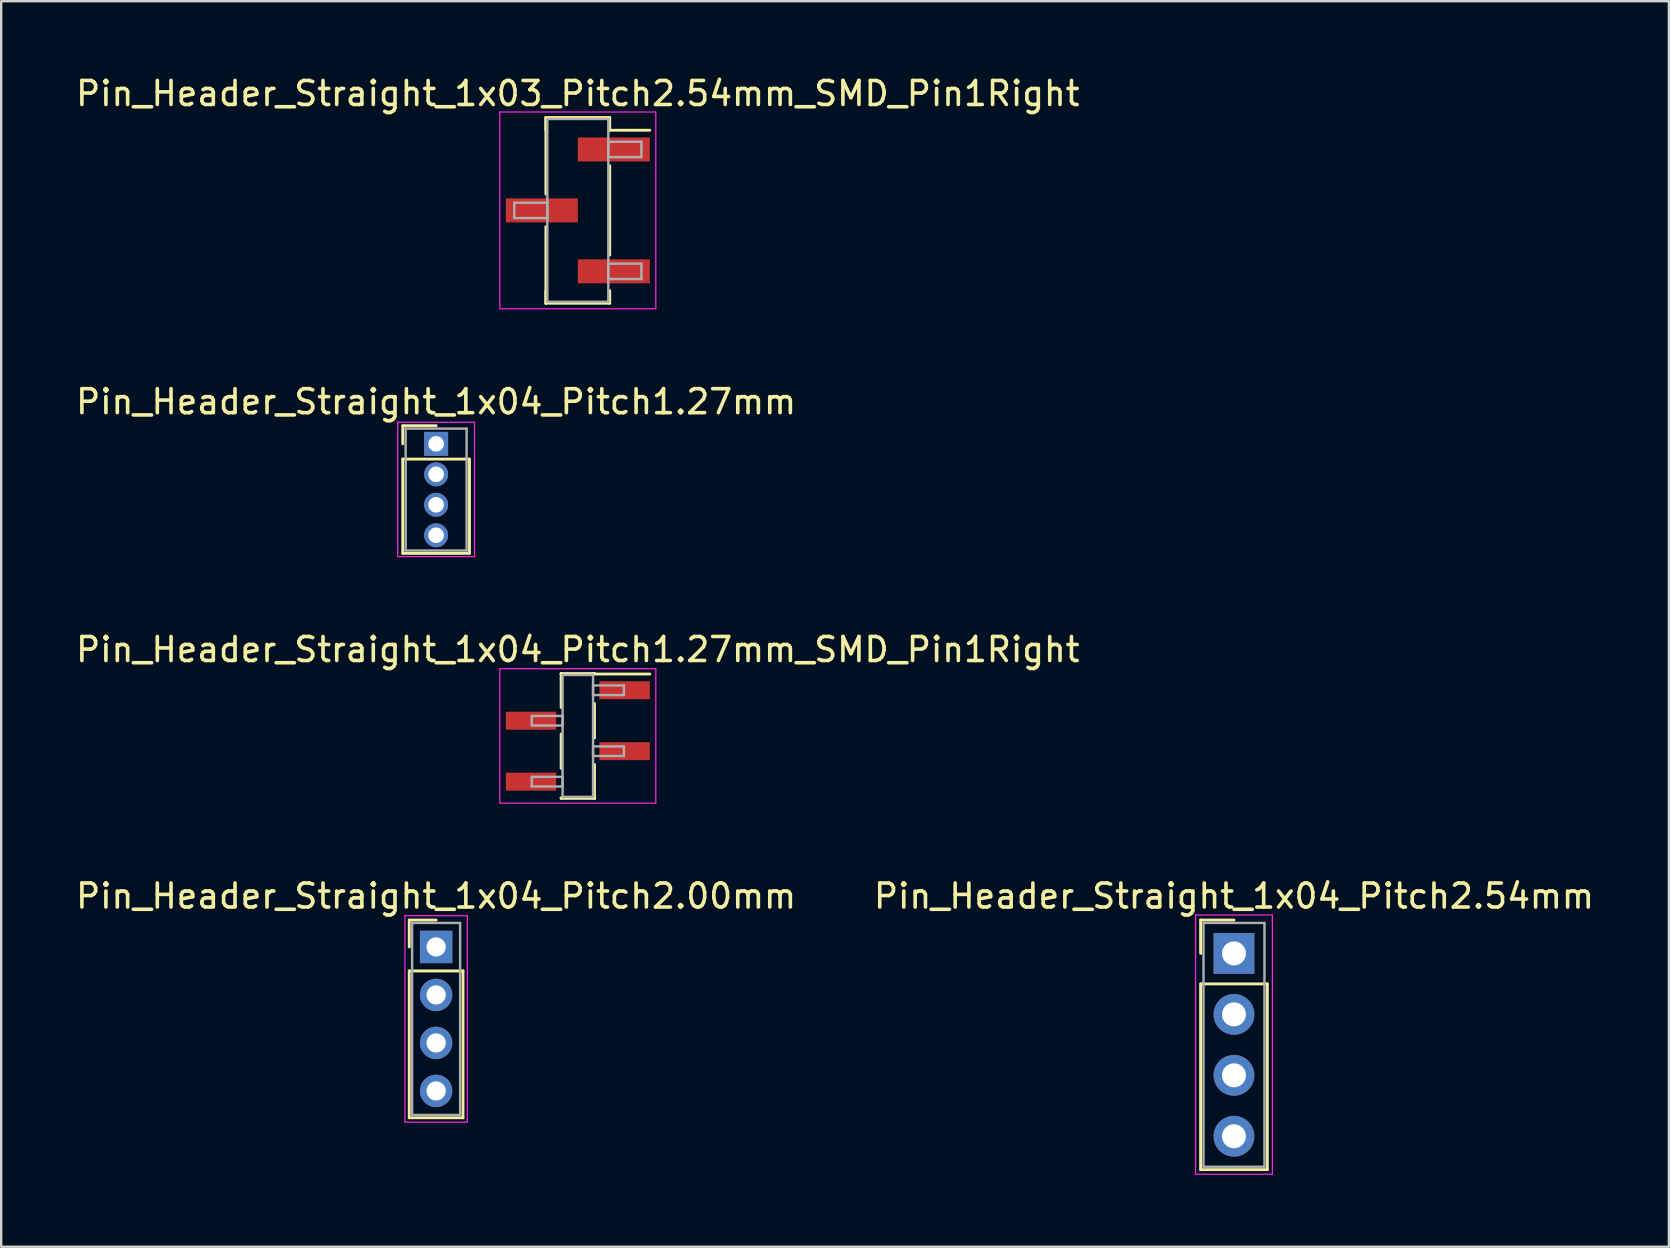
<source format=kicad_pcb>
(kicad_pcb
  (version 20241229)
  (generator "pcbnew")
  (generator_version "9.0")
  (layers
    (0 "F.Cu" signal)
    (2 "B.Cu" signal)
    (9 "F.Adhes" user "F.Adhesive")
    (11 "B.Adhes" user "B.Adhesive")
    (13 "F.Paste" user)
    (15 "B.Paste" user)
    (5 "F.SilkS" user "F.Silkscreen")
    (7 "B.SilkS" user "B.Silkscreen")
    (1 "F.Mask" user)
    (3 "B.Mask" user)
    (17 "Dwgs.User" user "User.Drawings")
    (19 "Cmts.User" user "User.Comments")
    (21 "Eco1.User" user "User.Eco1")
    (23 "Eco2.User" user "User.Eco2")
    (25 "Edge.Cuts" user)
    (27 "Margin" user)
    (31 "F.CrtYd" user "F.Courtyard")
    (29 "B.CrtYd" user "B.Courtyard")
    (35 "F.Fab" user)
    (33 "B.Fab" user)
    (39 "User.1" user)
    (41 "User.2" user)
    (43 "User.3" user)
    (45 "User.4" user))
  (footprint "Pin_Header_Straight_1x04_Pitch1.27mm"
    (layer "F.Cu")
    (at 15.125 15.447)
    (property "Reference" "Pin_Header_Straight_1x04_Pitch1.27mm" (at 0 -1.755 0) (layer "F.SilkS") (effects (font (size 1 1) (thickness 0.15))))
    (attr through_hole)
    (fp_line (start -1.39 -0.755) (end 0 -0.755) (stroke (width 0.12) (type solid)) (layer "F.SilkS"))
    (fp_line (start -1.39 0) (end -1.39 -0.755) (stroke (width 0.12) (type solid)) (layer "F.SilkS"))
    (fp_line (start -1.39 0.635) (end -1.39 4.565) (stroke (width 0.12) (type solid)) (layer "F.SilkS"))
    (fp_line (start -1.39 4.565) (end 1.39 4.565) (stroke (width 0.12) (type solid)) (layer "F.SilkS"))
    (fp_line (start 1.39 0.635) (end -1.39 0.635) (stroke (width 0.12) (type solid)) (layer "F.SilkS"))
    (fp_line (start 1.39 4.565) (end 1.39 0.635) (stroke (width 0.12) (type solid)) (layer "F.SilkS"))
    (fp_line (start -1.6 -0.9) (end -1.6 4.7) (stroke (width 0.05) (type solid)) (layer "F.CrtYd"))
    (fp_line (start -1.6 4.7) (end 1.6 4.7) (stroke (width 0.05) (type solid)) (layer "F.CrtYd"))
    (fp_line (start 1.6 -0.9) (end -1.6 -0.9) (stroke (width 0.05) (type solid)) (layer "F.CrtYd"))
    (fp_line (start 1.6 4.7) (end 1.6 -0.9) (stroke (width 0.05) (type solid)) (layer "F.CrtYd"))
    (fp_line (start -1.27 -0.635) (end -1.27 4.445) (stroke (width 0.1) (type solid)) (layer "F.Fab"))
    (fp_line (start -1.27 4.445) (end 1.27 4.445) (stroke (width 0.1) (type solid)) (layer "F.Fab"))
    (fp_line (start 1.27 -0.635) (end -1.27 -0.635) (stroke (width 0.1) (type solid)) (layer "F.Fab"))
    (fp_line (start 1.27 4.445) (end 1.27 -0.635) (stroke (width 0.1) (type solid)) (layer "F.Fab"))
    (pad "1" thru_hole rect (at 0 0) (size 1 1) (drill 0.65) (layers "*.Cu" "*.Mask"))
    (pad "2" thru_hole oval (at 0 1.27) (size 1 1) (drill 0.65) (layers "*.Cu" "*.Mask"))
    (pad "3" thru_hole oval (at 0 2.54) (size 1 1) (drill 0.65) (layers "*.Cu" "*.Mask"))
    (pad "4" thru_hole oval (at 0 3.81) (size 1 1) (drill 0.65) (layers "*.Cu" "*.Mask")))
  (footprint "Pin_Header_Straight_1x04_Pitch1.27mm_SMD_Pin1Right"
    (layer "F.Cu")
    (at 21.03 27.62)
    (property "Reference" "Pin_Header_Straight_1x04_Pitch1.27mm_SMD_Pin1Right" (at 0 -3.6 0) (layer "F.SilkS") (effects (font (size 1 1) (thickness 0.15))))
    (attr smd)
    (fp_line (start -0.695 -2.6) (end -0.695 -1.19) (stroke (width 0.12) (type solid)) (layer "F.SilkS"))
    (fp_line (start -0.695 -2.6) (end 0.695 -2.6) (stroke (width 0.12) (type solid)) (layer "F.SilkS"))
    (fp_line (start -0.695 -2.58) (end -0.695 -2.6) (stroke (width 0.12) (type solid)) (layer "F.SilkS"))
    (fp_line (start -0.695 -0.08) (end -0.695 1.35) (stroke (width 0.12) (type solid)) (layer "F.SilkS"))
    (fp_line (start -0.695 2.58) (end -0.695 2.6) (stroke (width 0.12) (type solid)) (layer "F.SilkS"))
    (fp_line (start -0.695 2.6) (end 0.695 2.6) (stroke (width 0.12) (type solid)) (layer "F.SilkS"))
    (fp_line (start 0.695 -2.6) (end 0.695 -2.58) (stroke (width 0.12) (type solid)) (layer "F.SilkS"))
    (fp_line (start 0.695 -2.58) (end 3 -2.58) (stroke (width 0.12) (type solid)) (layer "F.SilkS"))
    (fp_line (start 0.695 -1.35) (end 0.695 0.08) (stroke (width 0.12) (type solid)) (layer "F.SilkS"))
    (fp_line (start 0.695 1.19) (end 0.695 2.6) (stroke (width 0.12) (type solid)) (layer "F.SilkS"))
    (fp_line (start 0.695 2.6) (end 0.695 2.58) (stroke (width 0.12) (type solid)) (layer "F.SilkS"))
    (fp_line (start -3.25 -2.8) (end -3.25 2.8) (stroke (width 0.05) (type solid)) (layer "F.CrtYd"))
    (fp_line (start -3.25 2.8) (end 3.25 2.8) (stroke (width 0.05) (type solid)) (layer "F.CrtYd"))
    (fp_line (start 3.25 -2.8) (end -3.25 -2.8) (stroke (width 0.05) (type solid)) (layer "F.CrtYd"))
    (fp_line (start 3.25 2.8) (end 3.25 -2.8) (stroke (width 0.05) (type solid)) (layer "F.CrtYd"))
    (fp_line (start -1.92 -0.835) (end -0.635 -0.835) (stroke (width 0.1) (type solid)) (layer "F.Fab"))
    (fp_line (start -1.92 -0.435) (end -1.92 -0.835) (stroke (width 0.1) (type solid)) (layer "F.Fab"))
    (fp_line (start -1.92 1.705) (end -0.635 1.705) (stroke (width 0.1) (type solid)) (layer "F.Fab"))
    (fp_line (start -1.92 2.105) (end -1.92 1.705) (stroke (width 0.1) (type solid)) (layer "F.Fab"))
    (fp_line (start -0.635 -2.54) (end -0.635 2.54) (stroke (width 0.1) (type solid)) (layer "F.Fab"))
    (fp_line (start -0.635 -0.835) (end -0.635 -0.435) (stroke (width 0.1) (type solid)) (layer "F.Fab"))
    (fp_line (start -0.635 -0.435) (end -1.92 -0.435) (stroke (width 0.1) (type solid)) (layer "F.Fab"))
    (fp_line (start -0.635 1.705) (end -0.635 2.105) (stroke (width 0.1) (type solid)) (layer "F.Fab"))
    (fp_line (start -0.635 2.105) (end -1.92 2.105) (stroke (width 0.1) (type solid)) (layer "F.Fab"))
    (fp_line (start -0.635 2.54) (end 0.635 2.54) (stroke (width 0.1) (type solid)) (layer "F.Fab"))
    (fp_line (start 0.635 -2.54) (end -0.635 -2.54) (stroke (width 0.1) (type solid)) (layer "F.Fab"))
    (fp_line (start 0.635 -2.105) (end 0.635 -1.705) (stroke (width 0.1) (type solid)) (layer "F.Fab"))
    (fp_line (start 0.635 -1.705) (end 1.92 -1.705) (stroke (width 0.1) (type solid)) (layer "F.Fab"))
    (fp_line (start 0.635 0.435) (end 0.635 0.835) (stroke (width 0.1) (type solid)) (layer "F.Fab"))
    (fp_line (start 0.635 0.835) (end 1.92 0.835) (stroke (width 0.1) (type solid)) (layer "F.Fab"))
    (fp_line (start 0.635 2.54) (end 0.635 -2.54) (stroke (width 0.1) (type solid)) (layer "F.Fab"))
    (fp_line (start 1.92 -2.105) (end 0.635 -2.105) (stroke (width 0.1) (type solid)) (layer "F.Fab"))
    (fp_line (start 1.92 -1.705) (end 1.92 -2.105) (stroke (width 0.1) (type solid)) (layer "F.Fab"))
    (fp_line (start 1.92 0.435) (end 0.635 0.435) (stroke (width 0.1) (type solid)) (layer "F.Fab"))
    (fp_line (start 1.92 0.835) (end 1.92 0.435) (stroke (width 0.1) (type solid)) (layer "F.Fab"))
    (pad "1" smd rect (at 1.95 -1.905) (size 2.1 0.75) (layers "F.Cu" "F.Mask"))
    (pad "2" smd rect (at -1.95 -0.635) (size 2.1 0.75) (layers "F.Cu" "F.Mask"))
    (pad "3" smd rect (at 1.95 0.635) (size 2.1 0.75) (layers "F.Cu" "F.Mask"))
    (pad "4" smd rect (at -1.95 1.905) (size 2.1 0.75) (layers "F.Cu" "F.Mask")))
  (footprint "Pin_Header_Straight_1x03_Pitch2.54mm_SMD_Pin1Right"
    (layer "F.Cu")
    (at 21.03 5.718)
    (property "Reference" "Pin_Header_Straight_1x03_Pitch2.54mm_SMD_Pin1Right" (at 0 -4.87 0) (layer "F.SilkS") (effects (font (size 1 1) (thickness 0.15))))
    (attr smd)
    (fp_line (start -1.33 -3.87) (end -1.33 -0.68) (stroke (width 0.12) (type solid)) (layer "F.SilkS"))
    (fp_line (start -1.33 -3.87) (end 1.33 -3.87) (stroke (width 0.12) (type solid)) (layer "F.SilkS"))
    (fp_line (start -1.33 -3.34) (end -1.33 -3.87) (stroke (width 0.12) (type solid)) (layer "F.SilkS"))
    (fp_line (start -1.33 0.68) (end -1.33 3.87) (stroke (width 0.12) (type solid)) (layer "F.SilkS"))
    (fp_line (start -1.33 3.34) (end -1.33 3.87) (stroke (width 0.12) (type solid)) (layer "F.SilkS"))
    (fp_line (start -1.33 3.87) (end 1.33 3.87) (stroke (width 0.12) (type solid)) (layer "F.SilkS"))
    (fp_line (start 1.33 -3.87) (end 1.33 -3.34) (stroke (width 0.12) (type solid)) (layer "F.SilkS"))
    (fp_line (start 1.33 -3.34) (end 3 -3.34) (stroke (width 0.12) (type solid)) (layer "F.SilkS"))
    (fp_line (start 1.33 -1.86) (end 1.33 1.86) (stroke (width 0.12) (type solid)) (layer "F.SilkS"))
    (fp_line (start 1.33 3.87) (end 1.33 3.34) (stroke (width 0.12) (type solid)) (layer "F.SilkS"))
    (fp_line (start -3.25 -4.1) (end -3.25 4.1) (stroke (width 0.05) (type solid)) (layer "F.CrtYd"))
    (fp_line (start -3.25 4.1) (end 3.25 4.1) (stroke (width 0.05) (type solid)) (layer "F.CrtYd"))
    (fp_line (start 3.25 -4.1) (end -3.25 -4.1) (stroke (width 0.05) (type solid)) (layer "F.CrtYd"))
    (fp_line (start 3.25 4.1) (end 3.25 -4.1) (stroke (width 0.05) (type solid)) (layer "F.CrtYd"))
    (fp_line (start -2.65 -0.32) (end -1.27 -0.32) (stroke (width 0.1) (type solid)) (layer "F.Fab"))
    (fp_line (start -2.65 0.32) (end -2.65 -0.32) (stroke (width 0.1) (type solid)) (layer "F.Fab"))
    (fp_line (start -1.27 -3.81) (end -1.27 3.81) (stroke (width 0.1) (type solid)) (layer "F.Fab"))
    (fp_line (start -1.27 -0.32) (end -1.27 0.32) (stroke (width 0.1) (type solid)) (layer "F.Fab"))
    (fp_line (start -1.27 0.32) (end -2.65 0.32) (stroke (width 0.1) (type solid)) (layer "F.Fab"))
    (fp_line (start -1.27 3.81) (end 1.27 3.81) (stroke (width 0.1) (type solid)) (layer "F.Fab"))
    (fp_line (start 1.27 -3.81) (end -1.27 -3.81) (stroke (width 0.1) (type solid)) (layer "F.Fab"))
    (fp_line (start 1.27 -2.86) (end 1.27 -2.22) (stroke (width 0.1) (type solid)) (layer "F.Fab"))
    (fp_line (start 1.27 -2.22) (end 2.65 -2.22) (stroke (width 0.1) (type solid)) (layer "F.Fab"))
    (fp_line (start 1.27 2.22) (end 1.27 2.86) (stroke (width 0.1) (type solid)) (layer "F.Fab"))
    (fp_line (start 1.27 2.86) (end 2.65 2.86) (stroke (width 0.1) (type solid)) (layer "F.Fab"))
    (fp_line (start 1.27 3.81) (end 1.27 -3.81) (stroke (width 0.1) (type solid)) (layer "F.Fab"))
    (fp_line (start 2.65 -2.86) (end 1.27 -2.86) (stroke (width 0.1) (type solid)) (layer "F.Fab"))
    (fp_line (start 2.65 -2.22) (end 2.65 -2.86) (stroke (width 0.1) (type solid)) (layer "F.Fab"))
    (fp_line (start 2.65 2.22) (end 1.27 2.22) (stroke (width 0.1) (type solid)) (layer "F.Fab"))
    (fp_line (start 2.65 2.86) (end 2.65 2.22) (stroke (width 0.1) (type solid)) (layer "F.Fab"))
    (pad "1" smd rect (at 1.5 -2.54) (size 3 1) (layers "F.Cu" "F.Mask"))
    (pad "2" smd rect (at -1.5 0) (size 3 1) (layers "F.Cu" "F.Mask"))
    (pad "3" smd rect (at 1.5 2.54) (size 3 1) (layers "F.Cu" "F.Mask")))
  (footprint "Pin_Header_Straight_1x04_Pitch2.00mm"
    (layer "F.Cu")
    (at 15.125 36.413)
    (property "Reference" "Pin_Header_Straight_1x04_Pitch2.00mm" (at 0 -2.12 0) (layer "F.SilkS") (effects (font (size 1 1) (thickness 0.15))))
    (attr through_hole)
    (fp_line (start -1.12 -1.12) (end 0 -1.12) (stroke (width 0.12) (type solid)) (layer "F.SilkS"))
    (fp_line (start -1.12 0) (end -1.12 -1.12) (stroke (width 0.12) (type solid)) (layer "F.SilkS"))
    (fp_line (start -1.12 1) (end -1.12 7.12) (stroke (width 0.12) (type solid)) (layer "F.SilkS"))
    (fp_line (start -1.12 7.12) (end 1.12 7.12) (stroke (width 0.12) (type solid)) (layer "F.SilkS"))
    (fp_line (start 1.12 1) (end -1.12 1) (stroke (width 0.12) (type solid)) (layer "F.SilkS"))
    (fp_line (start 1.12 7.12) (end 1.12 1) (stroke (width 0.12) (type solid)) (layer "F.SilkS"))
    (fp_line (start -1.3 -1.3) (end -1.3 7.3) (stroke (width 0.05) (type solid)) (layer "F.CrtYd"))
    (fp_line (start -1.3 7.3) (end 1.3 7.3) (stroke (width 0.05) (type solid)) (layer "F.CrtYd"))
    (fp_line (start 1.3 -1.3) (end -1.3 -1.3) (stroke (width 0.05) (type solid)) (layer "F.CrtYd"))
    (fp_line (start 1.3 7.3) (end 1.3 -1.3) (stroke (width 0.05) (type solid)) (layer "F.CrtYd"))
    (fp_line (start -1 -1) (end -1 7) (stroke (width 0.1) (type solid)) (layer "F.Fab"))
    (fp_line (start -1 7) (end 1 7) (stroke (width 0.1) (type solid)) (layer "F.Fab"))
    (fp_line (start 1 -1) (end -1 -1) (stroke (width 0.1) (type solid)) (layer "F.Fab"))
    (fp_line (start 1 7) (end 1 -1) (stroke (width 0.1) (type solid)) (layer "F.Fab"))
    (pad "1" thru_hole rect (at 0 0) (size 1.35 1.35) (drill 0.8) (layers "*.Cu" "*.Mask"))
    (pad "2" thru_hole oval (at 0 2) (size 1.35 1.35) (drill 0.8) (layers "*.Cu" "*.Mask"))
    (pad "3" thru_hole oval (at 0 4) (size 1.35 1.35) (drill 0.8) (layers "*.Cu" "*.Mask"))
    (pad "4" thru_hole oval (at 0 6) (size 1.35 1.35) (drill 0.8) (layers "*.Cu" "*.Mask")))
  (footprint "Pin_Header_Straight_1x04_Pitch2.54mm"
    (layer "F.Cu")
    (at 48.375 36.683)
    (property "Reference" "Pin_Header_Straight_1x04_Pitch2.54mm" (at 0 -2.39 0) (layer "F.SilkS") (effects (font (size 1 1) (thickness 0.15))))
    (attr through_hole)
    (fp_line (start -1.39 -1.39) (end 0 -1.39) (stroke (width 0.12) (type solid)) (layer "F.SilkS"))
    (fp_line (start -1.39 0) (end -1.39 -1.39) (stroke (width 0.12) (type solid)) (layer "F.SilkS"))
    (fp_line (start -1.39 1.27) (end -1.39 9.01) (stroke (width 0.12) (type solid)) (layer "F.SilkS"))
    (fp_line (start -1.39 9.01) (end 1.39 9.01) (stroke (width 0.12) (type solid)) (layer "F.SilkS"))
    (fp_line (start 1.39 1.27) (end -1.39 1.27) (stroke (width 0.12) (type solid)) (layer "F.SilkS"))
    (fp_line (start 1.39 9.01) (end 1.39 1.27) (stroke (width 0.12) (type solid)) (layer "F.SilkS"))
    (fp_line (start -1.6 -1.6) (end -1.6 9.2) (stroke (width 0.05) (type solid)) (layer "F.CrtYd"))
    (fp_line (start -1.6 9.2) (end 1.6 9.2) (stroke (width 0.05) (type solid)) (layer "F.CrtYd"))
    (fp_line (start 1.6 -1.6) (end -1.6 -1.6) (stroke (width 0.05) (type solid)) (layer "F.CrtYd"))
    (fp_line (start 1.6 9.2) (end 1.6 -1.6) (stroke (width 0.05) (type solid)) (layer "F.CrtYd"))
    (fp_line (start -1.27 -1.27) (end -1.27 8.89) (stroke (width 0.1) (type solid)) (layer "F.Fab"))
    (fp_line (start -1.27 8.89) (end 1.27 8.89) (stroke (width 0.1) (type solid)) (layer "F.Fab"))
    (fp_line (start 1.27 -1.27) (end -1.27 -1.27) (stroke (width 0.1) (type solid)) (layer "F.Fab"))
    (fp_line (start 1.27 8.89) (end 1.27 -1.27) (stroke (width 0.1) (type solid)) (layer "F.Fab"))
    (pad "1" thru_hole rect (at 0 0) (size 1.7 1.7) (drill 1) (layers "*.Cu" "*.Mask"))
    (pad "2" thru_hole oval (at 0 2.54) (size 1.7 1.7) (drill 1) (layers "*.Cu" "*.Mask"))
    (pad "3" thru_hole oval (at 0 5.08) (size 1.7 1.7) (drill 1) (layers "*.Cu" "*.Mask"))
    (pad "4" thru_hole oval (at 0 7.62) (size 1.7 1.7) (drill 1) (layers "*.Cu" "*.Mask")))
  (gr_rect
    (start -3 -3)
    (end 66.5 48.908)
    (stroke (width 0.1) (type default))
    (fill no)
    (layer "Edge.Cuts")))
</source>
